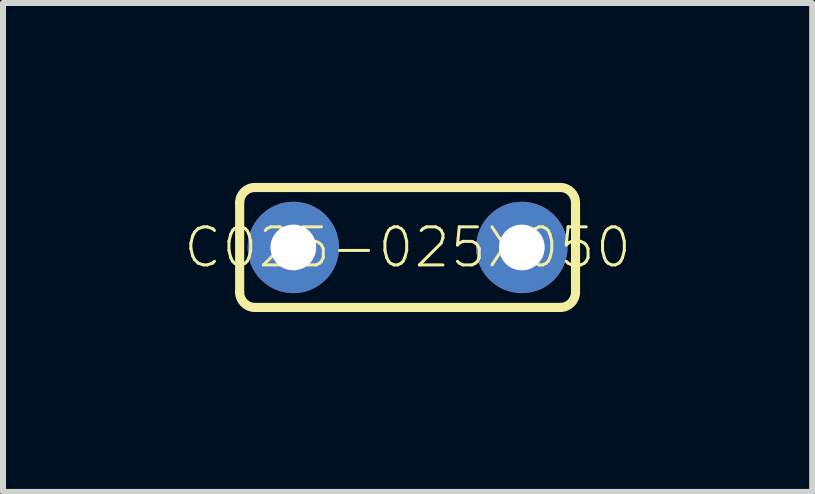
<source format=kicad_pcb>
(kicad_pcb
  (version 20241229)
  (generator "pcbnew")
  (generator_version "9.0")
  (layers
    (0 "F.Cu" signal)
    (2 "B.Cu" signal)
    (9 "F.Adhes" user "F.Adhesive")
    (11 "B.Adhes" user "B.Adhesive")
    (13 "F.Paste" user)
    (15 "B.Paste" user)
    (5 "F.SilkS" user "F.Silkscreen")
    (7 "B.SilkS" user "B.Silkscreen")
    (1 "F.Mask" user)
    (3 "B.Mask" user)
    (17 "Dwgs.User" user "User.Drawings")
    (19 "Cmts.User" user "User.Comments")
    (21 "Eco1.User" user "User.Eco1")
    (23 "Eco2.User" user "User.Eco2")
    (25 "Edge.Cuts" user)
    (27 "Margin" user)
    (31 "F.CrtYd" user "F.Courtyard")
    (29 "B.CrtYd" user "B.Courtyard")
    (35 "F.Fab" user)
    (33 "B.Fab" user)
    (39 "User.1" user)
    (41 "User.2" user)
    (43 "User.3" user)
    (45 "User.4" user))
  (footprint "C025-025X050"
    (layer "F.Cu")
    (at 3.746 1.076)
    (property "Reference" "C025-025X050" (at 0 0 0) (layer "F.SilkS") (effects (font (size 0.635 0.635) (thickness 0.05))))
    (attr exclude_from_pos_files exclude_from_bom)
    (fp_line (start -2.8 -0.746) (end -2.8 0.746) (stroke (width 0.152) (type solid)) (layer "F.SilkS"))
    (fp_line (start -2.546 -1) (end 2.546 -1) (stroke (width 0.152) (type solid)) (layer "F.SilkS"))
    (fp_line (start 2.546 1) (end -2.546 1) (stroke (width 0.152) (type solid)) (layer "F.SilkS"))
    (fp_line (start 2.8 -0.746) (end 2.8 0.746) (stroke (width 0.152) (type solid)) (layer "F.SilkS"))
    (fp_arc (start -2.8 -0.746) (mid -2.725605 -0.925605) (end -2.546 -1) (stroke (width 0.1524) (type solid)) (layer "F.SilkS"))
    (fp_arc (start -2.546 1) (mid -2.725605 0.925605) (end -2.8 0.746) (stroke (width 0.1524) (type solid)) (layer "F.SilkS"))
    (fp_arc (start 2.546 -1) (mid 2.725605 -0.925605) (end 2.8 -0.746) (stroke (width 0.1524) (type solid)) (layer "F.SilkS"))
    (fp_arc (start 2.8 0.746) (mid 2.725605 0.925605) (end 2.546 1) (stroke (width 0.1524) (type solid)) (layer "F.SilkS"))
    (pad "1" thru_hole circle (at -1.905 0) (size 1.524 1.524) (drill 0.762) (layers "*.Cu" "*.Paste" "*.Mask"))
    (pad "2" thru_hole circle (at 1.905 0) (size 1.524 1.524) (drill 0.762) (layers "*.Cu" "*.Paste" "*.Mask")))
  (gr_rect
    (start -3 -3)
    (end 10.492 5.152)
    (stroke (width 0.1) (type default))
    (fill no)
    (layer "Edge.Cuts")))
</source>
